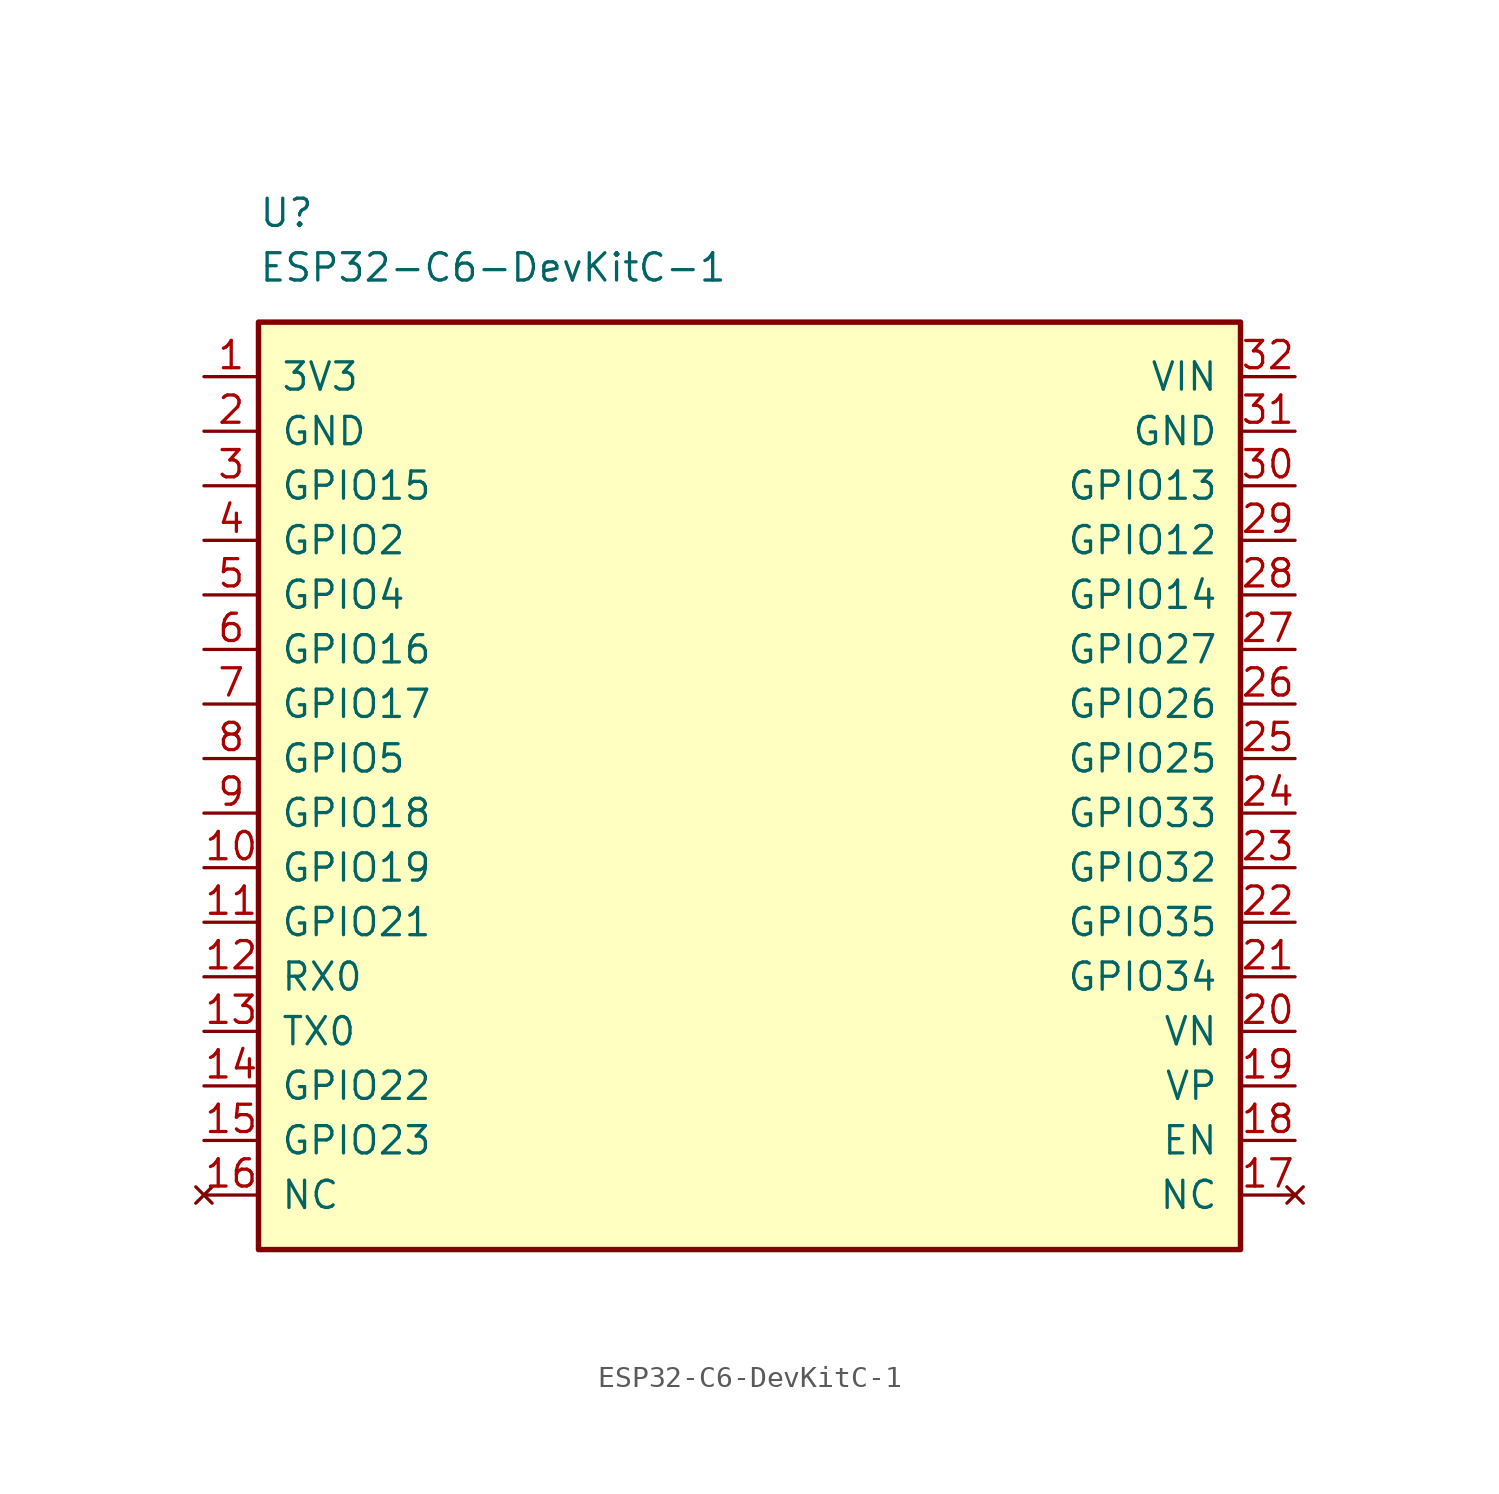
<source format=kicad_sym>
(kicad_symbol_lib
  (version 20231120)
  (generator "kicad_symbol_editor")
  (generator_version "8.0")
  (symbol "ESP32-C6-DevKitC-1"
    (pin_names
      (offset 1.016))
    (property "Reference" "U"
      (at -22.86 25.4 0)
      (effects (font (size 1.27 1.27)) (justify left)))
    (property "Value" "ESP32-C6-DevKitC-1"
      (at -22.86 22.86 0)
      (effects (font (size 1.27 1.27)) (justify left)))
    (symbol "ESP32-C6-DevKitC-1_0_1"
      (rectangle (start -22.86 20.32) (end 22.86 -22.86) (stroke (width 0.254) (type default)) (fill (type background))))
    (symbol "ESP32-C6-DevKitC-1_1_0"
      (pin bidirectional line (at -25.4 -15.24 0) (length 2.54) (name "GPIO22" (effects (font (size 1.27 1.27)))) (number "14" (effects (font (size 1.27 1.27)))))
      (pin power_in line (at -25.4 15.24 0) (length 2.54) (name "GND" (effects (font (size 1.27 1.27)))) (number "2" (effects (font (size 1.27 1.27))))))
    (symbol "ESP32-C6-DevKitC-1_1_1"
      (pin power_out line (at -25.4 17.78 0) (length 2.54) (name "3V3" (effects (font (size 1.27 1.27)))) (number "1" (effects (font (size 1.27 1.27)))))
      (pin bidirectional line (at -25.4 -5.08 0) (length 2.54) (name "GPIO19" (effects (font (size 1.27 1.27)))) (number "10" (effects (font (size 1.27 1.27)))))
      (pin bidirectional line (at -25.4 -7.62 0) (length 2.54) (name "GPIO21" (effects (font (size 1.27 1.27)))) (number "11" (effects (font (size 1.27 1.27)))))
      (pin bidirectional line (at -25.4 -10.16 0) (length 2.54) (name "RX0" (effects (font (size 1.27 1.27)))) (number "12" (effects (font (size 1.27 1.27)))) (alternate "GPIO2/ADC1_CH2" bidirectional line) (alternate "GPIO2/FSPIQ" bidirectional line) (alternate "GPIO2/LP_GPIO2" bidirectional line) (alternate "GPIO2/LP_UART_RTSN" bidirectional line))
      (pin bidirectional line (at -25.4 -12.7 0) (length 2.54) (name "TX0" (effects (font (size 1.27 1.27)))) (number "13" (effects (font (size 1.27 1.27)))) (alternate "GPIO3/ADC1_CH3" bidirectional line) (alternate "GPIO3/LP_GPIO3" bidirectional line) (alternate "GPIO3/LP_UART_CTSN" bidirectional line))
      (pin bidirectional line (at -25.4 -17.78 0) (length 2.54) (name "GPIO23" (effects (font (size 1.27 1.27)))) (number "15" (effects (font (size 1.27 1.27)))))
      (pin no_connect line (at -25.4 -20.32 0) (length 2.54) (name "NC" (effects (font (size 1.27 1.27)))) (number "16" (effects (font (size 1.27 1.27)))))
      (pin no_connect line (at 25.4 -20.32 180) (length 2.54) (name "NC" (effects (font (size 1.27 1.27)))) (number "17" (effects (font (size 1.27 1.27)))))
      (pin power_in line (at 25.4 -17.78 180) (length 2.54) (name "EN" (effects (font (size 1.27 1.27)))) (number "18" (effects (font (size 1.27 1.27)))))
      (pin bidirectional line (at 25.4 -15.24 180) (length 2.54) (name "VP" (effects (font (size 1.27 1.27)))) (number "19" (effects (font (size 1.27 1.27)))) (alternate "GPIO12" bidirectional line))
      (pin bidirectional line (at 25.4 -12.7 180) (length 2.54) (name "VN" (effects (font (size 1.27 1.27)))) (number "20" (effects (font (size 1.27 1.27)))) (alternate "GPIO13" bidirectional line))
      (pin power_in line (at 25.4 -10.16 180) (length 2.54) (name "GPIO34" (effects (font (size 1.27 1.27)))) (number "21" (effects (font (size 1.27 1.27)))))
      (pin bidirectional line (at 25.4 -7.62 180) (length 2.54) (name "GPIO35" (effects (font (size 1.27 1.27)))) (number "22" (effects (font (size 1.27 1.27)))))
      (pin bidirectional line (at 25.4 -5.08 180) (length 2.54) (name "GPIO32" (effects (font (size 1.27 1.27)))) (number "23" (effects (font (size 1.27 1.27)))) (alternate "GPIO18/FSPICS2" bidirectional line) (alternate "GPIO18/SDIO_CMD" bidirectional line))
      (pin bidirectional line (at 25.4 -2.54 180) (length 2.54) (name "GPIO33" (effects (font (size 1.27 1.27)))) (number "24" (effects (font (size 1.27 1.27)))) (alternate "GPIO19/FSPICS3" bidirectional line) (alternate "GPIO19/SDIO_CLK" bidirectional line))
      (pin bidirectional line (at 25.4 0 180) (length 2.54) (name "GPIO25" (effects (font (size 1.27 1.27)))) (number "25" (effects (font (size 1.27 1.27)))) (alternate "GPIO20/FSPICS4" bidirectional line) (alternate "GPIO20/SDIO_DATA0" bidirectional line))
      (pin bidirectional line (at 25.4 2.54 180) (length 2.54) (name "GPIO26" (effects (font (size 1.27 1.27)))) (number "26" (effects (font (size 1.27 1.27)))) (alternate "GPIO21/FSPICS5" bidirectional line) (alternate "GPIO21/SDIO_DATA1" bidirectional line))
      (pin bidirectional line (at 25.4 5.08 180) (length 2.54) (name "GPIO27" (effects (font (size 1.27 1.27)))) (number "27" (effects (font (size 1.27 1.27)))) (alternate "GPIO22/SDIO_DATA2" bidirectional line))
      (pin bidirectional line (at 25.4 7.62 180) (length 2.54) (name "GPIO14" (effects (font (size 1.27 1.27)))) (number "28" (effects (font (size 1.27 1.27)))) (alternate "GPIO23/SDIO_DATA3" bidirectional line))
      (pin bidirectional line (at 25.4 10.16 180) (length 2.54) (name "GPIO12" (effects (font (size 1.27 1.27)))) (number "29" (effects (font (size 1.27 1.27)))))
      (pin bidirectional line (at -25.4 12.7 0) (length 2.54) (name "GPIO15" (effects (font (size 1.27 1.27)))) (number "3" (effects (font (size 1.27 1.27)))) (alternate "GPIO4" bidirectional line) (alternate "GPIO4/ADC1_CH4" bidirectional line) (alternate "GPIO4/FSPIHD" bidirectional line) (alternate "GPIO4/LP_GPIO4" bidirectional line) (alternate "GPIO4/LP_UART_RXD" bidirectional line))
      (pin bidirectional line (at 25.4 12.7 180) (length 2.54) (name "GPIO13" (effects (font (size 1.27 1.27)))) (number "30" (effects (font (size 1.27 1.27)))) (alternate "GPIO17" bidirectional line) (alternate "GPIO17/FSPICS1" bidirectional line))
      (pin power_in line (at 25.4 15.24 180) (length 2.54) (name "GND" (effects (font (size 1.27 1.27)))) (number "31" (effects (font (size 1.27 1.27)))) (alternate "GPIO16" bidirectional line) (alternate "GPIO16/FSPICS0" bidirectional line))
      (pin power_in line (at 25.4 17.78 180) (length 2.54) (name "VIN" (effects (font (size 1.27 1.27)))) (number "32" (effects (font (size 1.27 1.27)))))
      (pin bidirectional line (at -25.4 10.16 0) (length 2.54) (name "GPIO2" (effects (font (size 1.27 1.27)))) (number "4" (effects (font (size 1.27 1.27)))) (alternate "GPIO5" bidirectional line) (alternate "GPIO5/ADC1_CH5" bidirectional line) (alternate "GPIO5/FSPIWP" bidirectional line) (alternate "GPIO5/LP_GPIO5" bidirectional line) (alternate "GPIO5/LP_UART_TXD" bidirectional line))
      (pin bidirectional line (at -25.4 7.62 0) (length 2.54) (name "GPIO4" (effects (font (size 1.27 1.27)))) (number "5" (effects (font (size 1.27 1.27)))) (alternate "GPIO6/ADC1_CH6" bidirectional line) (alternate "GPIO6/FSPICLK" bidirectional line) (alternate "GPIO6/LP_GPIO6" bidirectional line) (alternate "GPIO6/LP_I2C_SDA" bidirectional line) (alternate "GPIO6/MTCK" bidirectional line))
      (pin bidirectional line (at -25.4 5.08 0) (length 2.54) (name "GPIO16" (effects (font (size 1.27 1.27)))) (number "6" (effects (font (size 1.27 1.27)))))
      (pin bidirectional line (at -25.4 2.54 0) (length 2.54) (name "GPIO17" (effects (font (size 1.27 1.27)))) (number "7" (effects (font (size 1.27 1.27)))) (alternate "GPIO0/ADC1_CH0" bidirectional line) (alternate "GPIO0/LP_GPIO0" bidirectional line) (alternate "GPIO0/LP_UART_DTRN" bidirectional line) (alternate "GPIO0/XTAL_32K_P" bidirectional line))
      (pin bidirectional line (at -25.4 0 0) (length 2.54) (name "GPIO5" (effects (font (size 1.27 1.27)))) (number "8" (effects (font (size 1.27 1.27)))) (alternate "GPIO1/ADC1_CH1" bidirectional line) (alternate "GPIO1/LP_GPIO1" bidirectional line) (alternate "GPIO1/LP_UART_DSRN" bidirectional line) (alternate "GPIO1/XTAL_32K_N" bidirectional line))
      (pin bidirectional line (at -25.4 -2.54 0) (length 2.54) (name "GPIO18" (effects (font (size 1.27 1.27)))) (number "9" (effects (font (size 1.27 1.27))))))))
</source>
